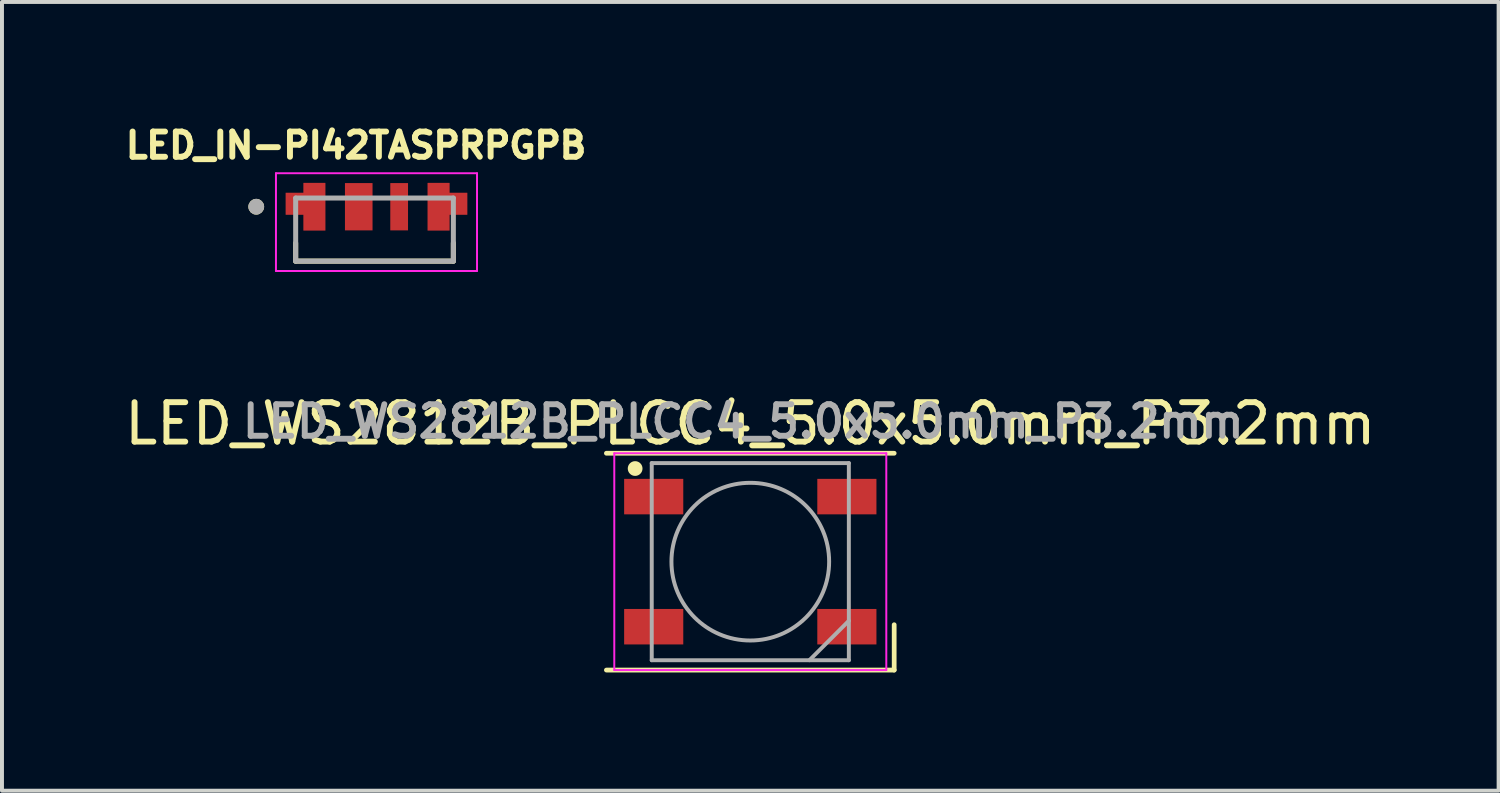
<source format=kicad_pcb>
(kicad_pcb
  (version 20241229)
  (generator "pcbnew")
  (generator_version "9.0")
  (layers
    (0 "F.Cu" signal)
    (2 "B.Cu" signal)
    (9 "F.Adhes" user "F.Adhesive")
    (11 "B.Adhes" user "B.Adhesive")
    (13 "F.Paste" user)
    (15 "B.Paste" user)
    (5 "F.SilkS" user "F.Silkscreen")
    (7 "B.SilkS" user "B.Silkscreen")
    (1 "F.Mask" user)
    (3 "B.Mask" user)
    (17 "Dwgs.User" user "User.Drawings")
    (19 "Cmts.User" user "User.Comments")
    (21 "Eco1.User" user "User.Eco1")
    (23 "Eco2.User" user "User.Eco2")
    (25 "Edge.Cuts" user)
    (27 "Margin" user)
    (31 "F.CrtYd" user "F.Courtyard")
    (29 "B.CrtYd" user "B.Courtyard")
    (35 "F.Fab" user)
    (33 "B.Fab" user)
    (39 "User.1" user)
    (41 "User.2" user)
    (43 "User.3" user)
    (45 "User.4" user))
  (footprint "LED_WS2812B_PLCC4_5.0x5.0mm_P3.2mm"
    (layer "F.Cu")
    (at 15.982 11.197)
    (property "Reference" "LED_WS2812B_PLCC4_5.0x5.0mm_P3.2mm" (at 0 -3.5 0) (layer "F.SilkS") (effects (font (size 1 1) (thickness 0.15))))
    (attr smd)
    (fp_line (start -3.65 -2.75) (end 3.65 -2.75) (stroke (width 0.12) (type solid)) (layer "F.SilkS"))
    (fp_line (start -3.65 2.75) (end 3.65 2.75) (stroke (width 0.12) (type solid)) (layer "F.SilkS"))
    (fp_line (start 3.65 2.75) (end 3.65 1.6) (stroke (width 0.12) (type solid)) (layer "F.SilkS"))
    (fp_circle (center -2.921 -2.362) (end -2.794 -2.362) (stroke (width 0.12) (type solid)) (fill yes) (layer "F.SilkS"))
    (fp_line (start -3.45 -2.75) (end -3.45 2.75) (stroke (width 0.05) (type solid)) (layer "F.CrtYd"))
    (fp_line (start -3.45 2.75) (end 3.45 2.75) (stroke (width 0.05) (type solid)) (layer "F.CrtYd"))
    (fp_line (start 3.45 -2.75) (end -3.45 -2.75) (stroke (width 0.05) (type solid)) (layer "F.CrtYd"))
    (fp_line (start 3.45 2.75) (end 3.45 -2.75) (stroke (width 0.05) (type solid)) (layer "F.CrtYd"))
    (fp_line (start -2.5 -2.5) (end -2.5 2.5) (stroke (width 0.1) (type solid)) (layer "F.Fab"))
    (fp_line (start -2.5 2.5) (end 2.5 2.5) (stroke (width 0.1) (type solid)) (layer "F.Fab"))
    (fp_line (start 2.5 -2.5) (end -2.5 -2.5) (stroke (width 0.1) (type solid)) (layer "F.Fab"))
    (fp_line (start 2.5 1.5) (end 1.5 2.5) (stroke (width 0.1) (type solid)) (layer "F.Fab"))
    (fp_line (start 2.5 2.5) (end 2.5 -2.5) (stroke (width 0.1) (type solid)) (layer "F.Fab"))
    (fp_circle (center 0 0) (end 0 -2) (stroke (width 0.1) (type solid)) (fill no) (layer "F.Fab"))
    (fp_text user "${REFERENCE}" (at -0.178 -3.556 0) (layer "F.Fab") (effects (font (size 0.8 0.8) (thickness 0.15))))
    (pad "1" smd rect (at -2.45 -1.65) (size 1.5 0.9) (layers "F.Cu" "F.Mask" "F.Paste"))
    (pad "2" smd rect (at -2.45 1.65) (size 1.5 0.9) (layers "F.Cu" "F.Mask" "F.Paste"))
    (pad "3" smd rect (at 2.45 1.65) (size 1.5 0.9) (layers "F.Cu" "F.Mask" "F.Paste"))
    (pad "4" smd rect (at 2.45 -1.65) (size 1.5 0.9) (layers "F.Cu" "F.Mask" "F.Paste")))
  (footprint "LED_IN-PI42TASPRPGPB"
    (layer "F.Cu")
    (at 6.45 2.774)
    (property "Reference" "LED_IN-PI42TASPRPGPB" (at -0.468 -2.136 0) (layer "F.SilkS") (effects (font (size 0.64 0.64) (thickness 0.15))))
    (attr smd)
    (fp_poly (pts (xy -1.85 -1.23) (xy -1.2 -1.23) (xy -1.2 0.07) (xy -1.85 0.07) (xy -1.85 -0.33) (xy -2.3 -0.33) (xy -2.3 -0.98) (xy -1.85 -0.98)) (stroke (width 0.01) (type solid)) (fill yes) (layer "F.Mask"))
    (fp_poly (pts (xy 1.3 -1.23) (xy 1.3 0.07) (xy 1.95 0.07) (xy 1.95 -0.33) (xy 2.4 -0.33) (xy 2.4 -0.98) (xy 1.95 -0.98) (xy 1.95 -1.23)) (stroke (width 0.01) (type solid)) (fill yes) (layer "F.Mask"))
    (fp_line (start -2 0.8) (end -2 0.34) (stroke (width 0.127) (type solid)) (layer "F.SilkS"))
    (fp_line (start 2 0.8) (end -2 0.8) (stroke (width 0.127) (type solid)) (layer "F.SilkS"))
    (fp_line (start 2 0.8) (end 2 0.34) (stroke (width 0.127) (type solid)) (layer "F.SilkS"))
    (fp_circle (center -3 -0.58) (end -2.9 -0.58) (stroke (width 0.2) (type solid)) (fill no) (layer "F.SilkS"))
    (fp_poly (pts (xy -1.8 -1.18) (xy -1.25 -1.18) (xy -1.25 0.02) (xy -1.8 0.02) (xy -1.8 -0.38) (xy -2.25 -0.38) (xy -2.25 -0.93) (xy -1.8 -0.93)) (stroke (width 0.01) (type solid)) (fill yes) (layer "F.Paste"))
    (fp_poly (pts (xy 1.35 -1.18) (xy 1.35 0.02) (xy 1.9 0.02) (xy 1.9 -0.38) (xy 2.35 -0.38) (xy 2.35 -0.93) (xy 1.9 -0.93) (xy 1.9 -1.18)) (stroke (width 0.01) (type solid)) (fill yes) (layer "F.Paste"))
    (fp_line (start -2.5 -1.43) (end -2.5 1.05) (stroke (width 0.05) (type solid)) (layer "F.CrtYd"))
    (fp_line (start -2.5 1.05) (end 2.6 1.05) (stroke (width 0.05) (type solid)) (layer "F.CrtYd"))
    (fp_line (start 2.6 -1.43) (end -2.5 -1.43) (stroke (width 0.05) (type solid)) (layer "F.CrtYd"))
    (fp_line (start 2.6 1.05) (end 2.6 -1.43) (stroke (width 0.05) (type solid)) (layer "F.CrtYd"))
    (fp_line (start -2 -0.8) (end 2 -0.8) (stroke (width 0.127) (type solid)) (layer "F.Fab"))
    (fp_line (start -2 0.8) (end -2 -0.8) (stroke (width 0.127) (type solid)) (layer "F.Fab"))
    (fp_line (start 2 -0.8) (end 2 0.8) (stroke (width 0.127) (type solid)) (layer "F.Fab"))
    (fp_line (start 2 0.8) (end -2 0.8) (stroke (width 0.127) (type solid)) (layer "F.Fab"))
    (fp_circle (center -3 -0.58) (end -2.9 -0.58) (stroke (width 0.2) (type solid)) (fill no) (layer "F.Fab"))
    (pad "1" smd custom (at -1.525 -0.58) (size 0.05 0.05) (layers "F.Cu") (options (anchor rect)) (primitives (gr_poly (pts (xy -0.275 -0.6) (xy 0.275 -0.6) (xy 0.275 0.6) (xy -0.275 0.6) (xy -0.275 0.2) (xy -0.725 0.2) (xy -0.725 -0.35) (xy -0.275 -0.35)) (width 0.01) (fill yes))))
    (pad "2" smd rect (at -0.4 -0.58) (size 0.7 1.2) (layers "F.Cu" "F.Mask" "F.Paste"))
    (pad "3" smd rect (at 0.625 -0.58) (size 0.45 1.2) (layers "F.Cu" "F.Mask" "F.Paste"))
    (pad "4" smd custom (at 1.625 -0.58) (size 0.05 0.05) (layers "F.Cu") (options (anchor rect)) (primitives (gr_poly (pts (xy -0.275 -0.6) (xy -0.275 0.6) (xy 0.275 0.6) (xy 0.275 0.2) (xy 0.725 0.2) (xy 0.725 -0.35) (xy 0.275 -0.35) (xy 0.275 -0.6)) (width 0.01) (fill yes)))))
  (gr_rect
    (start -3 -3)
    (end 34.964 17.007)
    (stroke (width 0.1) (type default))
    (fill no)
    (layer "Edge.Cuts")))
</source>
